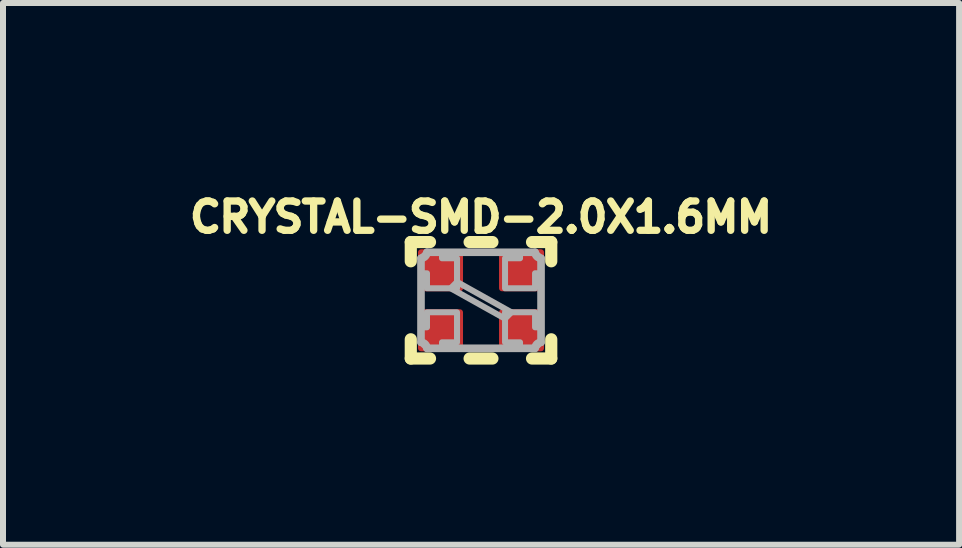
<source format=kicad_pcb>
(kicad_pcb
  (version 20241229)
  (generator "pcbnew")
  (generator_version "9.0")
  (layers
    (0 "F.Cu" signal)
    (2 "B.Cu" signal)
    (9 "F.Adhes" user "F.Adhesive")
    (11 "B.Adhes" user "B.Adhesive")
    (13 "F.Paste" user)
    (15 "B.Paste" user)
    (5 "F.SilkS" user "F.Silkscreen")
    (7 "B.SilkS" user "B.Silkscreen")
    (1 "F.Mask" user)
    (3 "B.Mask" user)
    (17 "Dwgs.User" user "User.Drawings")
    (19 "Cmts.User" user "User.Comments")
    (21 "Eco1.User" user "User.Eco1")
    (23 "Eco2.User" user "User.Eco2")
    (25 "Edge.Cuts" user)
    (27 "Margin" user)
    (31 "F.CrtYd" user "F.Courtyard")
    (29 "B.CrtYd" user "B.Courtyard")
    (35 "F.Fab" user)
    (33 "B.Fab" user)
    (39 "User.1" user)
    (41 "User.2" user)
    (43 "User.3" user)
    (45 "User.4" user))
  (footprint "CRYSTAL-SMD-2.0X1.6MM"
    (layer "F.Cu")
    (at 4.964 1.953)
    (property "Reference" "CRYSTAL-SMD-2.0X1.6MM" (at 0 -1.1 0) (unlocked yes) (layer "F.SilkS") (effects (font (size 0.488 0.488) (thickness 0.122)) (justify bottom)))
    (fp_line (start -1.17 -0.65) (end -1.17 -0.97) (stroke (width 0.203) (type solid)) (layer "F.SilkS"))
    (fp_line (start -1.17 0.65) (end -1.17 0.97) (stroke (width 0.203) (type solid)) (layer "F.SilkS"))
    (fp_line (start -0.85 -0.97) (end -1.17 -0.97) (stroke (width 0.203) (type solid)) (layer "F.SilkS"))
    (fp_line (start -0.85 0.97) (end -1.17 0.97) (stroke (width 0.203) (type solid)) (layer "F.SilkS"))
    (fp_line (start -0.19 0.97) (end 0.19 0.97) (stroke (width 0.203) (type solid)) (layer "F.SilkS"))
    (fp_line (start 0.19 -0.97) (end -0.19 -0.97) (stroke (width 0.203) (type solid)) (layer "F.SilkS"))
    (fp_line (start 0.85 -0.97) (end 1.17 -0.97) (stroke (width 0.203) (type solid)) (layer "F.SilkS"))
    (fp_line (start 0.85 0.97) (end 1.17 0.97) (stroke (width 0.203) (type solid)) (layer "F.SilkS"))
    (fp_line (start 1.17 -0.65) (end 1.17 -0.97) (stroke (width 0.203) (type solid)) (layer "F.SilkS"))
    (fp_line (start 1.17 0.65) (end 1.17 0.97) (stroke (width 0.203) (type solid)) (layer "F.SilkS"))
    (fp_line (start -1 -0.7) (end -1 0.7) (stroke (width 0.127) (type solid)) (layer "F.Fab"))
    (fp_line (start -0.9 0.8) (end 0.9 0.8) (stroke (width 0.127) (type solid)) (layer "F.Fab"))
    (fp_line (start 0.9 -0.8) (end -0.9 -0.8) (stroke (width 0.127) (type solid)) (layer "F.Fab"))
    (fp_line (start 1 0.7) (end 1 -0.7) (stroke (width 0.127) (type solid)) (layer "F.Fab"))
    (fp_arc (start -1 0.7) (mid -0.929289 0.729289) (end -0.9 0.8) (stroke (width 0.127) (type solid)) (layer "F.Fab"))
    (fp_arc (start -0.9 -0.8) (mid -0.929289 -0.729289) (end -1 -0.7) (stroke (width 0.127) (type solid)) (layer "F.Fab"))
    (fp_arc (start 0.9 0.8) (mid 0.929289 0.729289) (end 1 0.7) (stroke (width 0.127) (type solid)) (layer "F.Fab"))
    (fp_arc (start 1 -0.7) (mid 0.929289 -0.729289) (end 0.9 -0.8) (stroke (width 0.127) (type solid)) (layer "F.Fab"))
    (fp_poly (pts (xy 0.506 0.2) (xy 0.4 0.306) (xy -0.506 -0.2) (xy -0.4 -0.306)) (stroke (width 0.1) (type default)) (fill no) (layer "F.Fab"))
    (fp_poly (pts (xy -0.65 -0.7) (xy -0.4 -0.7) (xy -0.4 -0.2) (xy -0.9 -0.2) (xy -0.9 -0.45) (xy -1 -0.45) (xy -1 -0.7) (xy -0.9 -0.8) (xy -0.65 -0.8)) (stroke (width 0.1) (type default)) (fill no) (layer "F.Fab"))
    (fp_poly (pts (xy -0.4 0.7) (xy -0.65 0.7) (xy -0.65 0.8) (xy -0.9 0.8) (xy -1 0.7) (xy -1 0.45) (xy -0.9 0.45) (xy -0.9 0.2) (xy -0.4 0.2)) (stroke (width 0.1) (type default)) (fill no) (layer "F.Fab"))
    (fp_poly (pts (xy 0.9 0.45) (xy 1 0.45) (xy 1 0.7) (xy 0.9 0.8) (xy 0.65 0.8) (xy 0.65 0.7) (xy 0.4 0.7) (xy 0.4 0.2) (xy 0.9 0.2)) (stroke (width 0.1) (type default)) (fill no) (layer "F.Fab"))
    (fp_poly (pts (xy 1 -0.7) (xy 1 -0.45) (xy 0.9 -0.45) (xy 0.9 -0.2) (xy 0.4 -0.2) (xy 0.4 -0.7) (xy 0.65 -0.7) (xy 0.65 -0.8) (xy 0.9 -0.8)) (stroke (width 0.1) (type default)) (fill no) (layer "F.Fab"))
    (pad "1" smd roundrect (at -0.675 0.5) (size 0.75 0.7) (layers "F.Cu" "F.Mask" "F.Paste") (roundrect_rratio 0.073))
    (pad "2" smd roundrect (at 0.675 0.5 180) (size 0.75 0.7) (layers "F.Cu" "F.Mask" "F.Paste") (roundrect_rratio 0.073))
    (pad "3" smd roundrect (at 0.675 -0.5 180) (size 0.75 0.7) (layers "F.Cu" "F.Mask" "F.Paste") (roundrect_rratio 0.073))
    (pad "4" smd roundrect (at -0.675 -0.5) (size 0.75 0.7) (layers "F.Cu" "F.Mask" "F.Paste") (roundrect_rratio 0.073)))
  (gr_rect
    (start -3 -3)
    (end 12.929 6.025)
    (stroke (width 0.1) (type default))
    (fill no)
    (layer "Edge.Cuts")))
</source>
